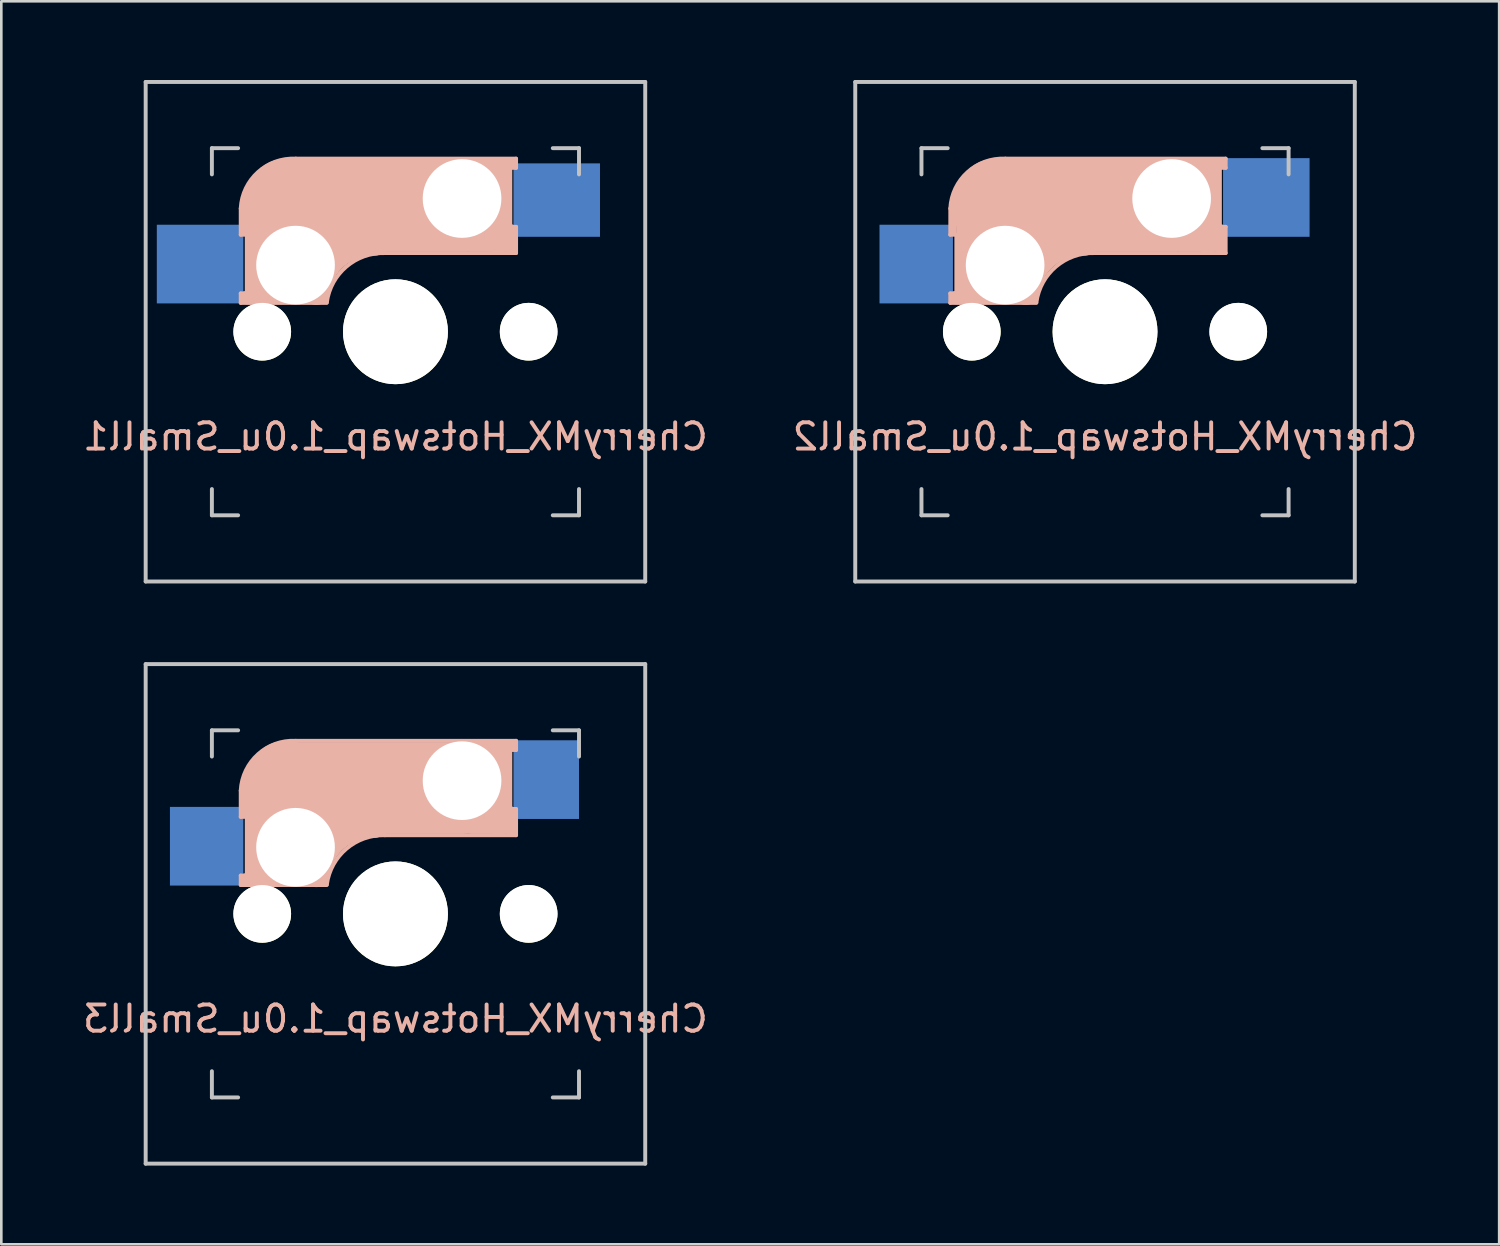
<source format=kicad_pcb>
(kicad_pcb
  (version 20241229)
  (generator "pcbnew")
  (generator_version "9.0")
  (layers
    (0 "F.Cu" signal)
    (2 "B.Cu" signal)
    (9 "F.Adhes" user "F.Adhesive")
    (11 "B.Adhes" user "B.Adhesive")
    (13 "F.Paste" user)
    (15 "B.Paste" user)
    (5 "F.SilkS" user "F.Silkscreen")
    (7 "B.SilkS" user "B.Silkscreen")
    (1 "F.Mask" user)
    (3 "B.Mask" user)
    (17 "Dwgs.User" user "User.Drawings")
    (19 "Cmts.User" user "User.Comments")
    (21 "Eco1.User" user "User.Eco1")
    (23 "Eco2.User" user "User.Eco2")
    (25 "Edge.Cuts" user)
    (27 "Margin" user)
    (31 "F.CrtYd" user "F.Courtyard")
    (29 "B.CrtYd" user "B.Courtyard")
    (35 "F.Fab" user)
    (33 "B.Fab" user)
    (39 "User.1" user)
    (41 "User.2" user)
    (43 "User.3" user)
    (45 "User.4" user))
  (footprint "CherryMX_Hotswap_1.0u_Small2"
    (layer "F.Cu")
    (at 39.089 9.6)
    (property "Reference" "CherryMX_Hotswap_1.0u_Small2" (at 0 4 0) (layer "B.SilkS") (effects (font (size 1 1) (thickness 0.15)) (justify mirror)))
    (attr smd)
    (fp_line (start -5.9 -4.7) (end -5.9 -3.7) (stroke (width 0.15) (type solid)) (layer "B.SilkS"))
    (fp_line (start -5.9 -3.7) (end -5.7 -3.7) (stroke (width 0.15) (type solid)) (layer "B.SilkS"))
    (fp_line (start -5.9 -1.1) (end -5.9 -1.46) (stroke (width 0.15) (type solid)) (layer "B.SilkS"))
    (fp_line (start -5.9 -1.1) (end -2.62 -1.1) (stroke (width 0.15) (type solid)) (layer "B.SilkS"))
    (fp_line (start -5.8 -3.8) (end -5.8 -4.7) (stroke (width 0.3) (type solid)) (layer "B.SilkS"))
    (fp_line (start -5.7 -1.46) (end -5.9 -1.46) (stroke (width 0.15) (type solid)) (layer "B.SilkS"))
    (fp_line (start -5.7 -1.3) (end -3 -1.3) (stroke (width 0.5) (type solid)) (layer "B.SilkS"))
    (fp_line (start -5.67 -3.7) (end -5.67 -1.46) (stroke (width 0.15) (type solid)) (layer "B.SilkS"))
    (fp_line (start -5.3 -1.6) (end -5.3 -3.4) (stroke (width 0.8) (type solid)) (layer "B.SilkS"))
    (fp_line (start -4.17 -5.1) (end -4.17 -2.86) (stroke (width 3) (type solid)) (layer "B.SilkS"))
    (fp_line (start -0.4 -3) (end 4.6 -3) (stroke (width 0.15) (type solid)) (layer "B.SilkS"))
    (fp_line (start 2.6 -4.8) (end -4.1 -4.8) (stroke (width 3.5) (type solid)) (layer "B.SilkS"))
    (fp_line (start 3.9 -6) (end 3.9 -3.5) (stroke (width 1) (type solid)) (layer "B.SilkS"))
    (fp_line (start 4.3 -3.3) (end 2.9 -3.3) (stroke (width 0.5) (type solid)) (layer "B.SilkS"))
    (fp_line (start 4.38 -4) (end 4.38 -6.25) (stroke (width 0.15) (type solid)) (layer "B.SilkS"))
    (fp_line (start 4.4 -6.4) (end 3 -6.4) (stroke (width 0.4) (type solid)) (layer "B.SilkS"))
    (fp_line (start 4.4 -6.25) (end 4.6 -6.25) (stroke (width 0.15) (type solid)) (layer "B.SilkS"))
    (fp_line (start 4.4 -3.9) (end 4.4 -3.2) (stroke (width 0.4) (type solid)) (layer "B.SilkS"))
    (fp_line (start 4.6 -6.6) (end -3.8 -6.6) (stroke (width 0.15) (type solid)) (layer "B.SilkS"))
    (fp_line (start 4.6 -6.25) (end 4.6 -6.6) (stroke (width 0.15) (type solid)) (layer "B.SilkS"))
    (fp_line (start 4.6 -4) (end 4.4 -4) (stroke (width 0.15) (type solid)) (layer "B.SilkS"))
    (fp_line (start 4.6 -3) (end 4.6 -4) (stroke (width 0.15) (type solid)) (layer "B.SilkS"))
    (fp_arc (start -5.9 -4.699999) (mid -5.243504 -6.084924) (end -3.800001 -6.6) (stroke (width 0.15) (type solid)) (layer "B.SilkS"))
    (fp_arc (start -3.016318 -1.521471) (mid -2.268709 -2.886118) (end -0.8 -3.4) (stroke (width 1) (type solid)) (layer "B.SilkS"))
    (fp_arc (start -2.616318 -1.121471) (mid -1.868709 -2.486118) (end -0.4 -3) (stroke (width 0.15) (type solid)) (layer "B.SilkS"))
    (fp_line (start -9.525 -9.525) (end 9.525 -9.525) (stroke (width 0.15) (type solid)) (layer "Dwgs.User"))
    (fp_line (start -9.525 9.525) (end -9.525 -9.525) (stroke (width 0.15) (type solid)) (layer "Dwgs.User"))
    (fp_line (start -7 -7) (end -6 -7) (stroke (width 0.15) (type solid)) (layer "Dwgs.User"))
    (fp_line (start -7 -6) (end -7 -7) (stroke (width 0.15) (type solid)) (layer "Dwgs.User"))
    (fp_line (start -7 6) (end -7 7) (stroke (width 0.15) (type solid)) (layer "Dwgs.User"))
    (fp_line (start -7 7) (end -6 7) (stroke (width 0.15) (type solid)) (layer "Dwgs.User"))
    (fp_line (start 6 7) (end 7 7) (stroke (width 0.15) (type solid)) (layer "Dwgs.User"))
    (fp_line (start 7 -7) (end 6 -7) (stroke (width 0.15) (type solid)) (layer "Dwgs.User"))
    (fp_line (start 7 -7) (end 7 -6) (stroke (width 0.15) (type solid)) (layer "Dwgs.User"))
    (fp_line (start 7 7) (end 7 6) (stroke (width 0.15) (type solid)) (layer "Dwgs.User"))
    (fp_line (start 9.525 -9.525) (end 9.525 9.525) (stroke (width 0.15) (type solid)) (layer "Dwgs.User"))
    (fp_line (start 9.525 9.525) (end -9.525 9.525) (stroke (width 0.15) (type solid)) (layer "Dwgs.User"))
    (pad "" np_thru_hole circle (at -5.08 0) (size 2.2 2.2) (drill 2.2) (layers "*.Cu" "*.Mask" "F.SilkS"))
    (pad "" np_thru_hole circle (at -3.81 -2.54 180) (size 3 3) (drill 3) (layers "*.Cu" "*.Mask"))
    (pad "" np_thru_hole circle (at 0 0 90) (size 4 4) (drill 4) (layers "*.Cu" "*.Mask" "F.SilkS"))
    (pad "" np_thru_hole circle (at 2.54 -5.08 180) (size 3 3) (drill 3) (layers "*.Cu" "*.Mask"))
    (pad "" np_thru_hole circle (at 5.08 0) (size 2.2 2.2) (drill 2.2) (layers "*.Cu" "*.Mask" "F.SilkS"))
    (pad "1" smd rect (at -7 -2.58 180) (size 2.8 3) (drill (offset 0.2 0)) (layers "B.Cu" "B.Mask" "B.Paste"))
    (pad "2" smd rect (at 5.7 -5.12 180) (size 3.3 3) (drill (offset -0.45 0)) (layers "B.Cu" "B.Mask" "B.Paste")))
  (footprint "CherryMX_Hotswap_1.0u_Small3"
    (layer "F.Cu")
    (at 12.03 31.8)
    (property "Reference" "CherryMX_Hotswap_1.0u_Small3" (at 0 4 0) (layer "B.SilkS") (effects (font (size 1 1) (thickness 0.15)) (justify mirror)))
    (attr smd)
    (fp_line (start -5.9 -4.7) (end -5.9 -3.7) (stroke (width 0.15) (type solid)) (layer "B.SilkS"))
    (fp_line (start -5.9 -3.7) (end -5.7 -3.7) (stroke (width 0.15) (type solid)) (layer "B.SilkS"))
    (fp_line (start -5.9 -1.1) (end -5.9 -1.46) (stroke (width 0.15) (type solid)) (layer "B.SilkS"))
    (fp_line (start -5.9 -1.1) (end -2.62 -1.1) (stroke (width 0.15) (type solid)) (layer "B.SilkS"))
    (fp_line (start -5.8 -3.8) (end -5.8 -4.7) (stroke (width 0.3) (type solid)) (layer "B.SilkS"))
    (fp_line (start -5.7 -1.46) (end -5.9 -1.46) (stroke (width 0.15) (type solid)) (layer "B.SilkS"))
    (fp_line (start -5.7 -1.3) (end -3 -1.3) (stroke (width 0.5) (type solid)) (layer "B.SilkS"))
    (fp_line (start -5.67 -3.7) (end -5.67 -1.46) (stroke (width 0.15) (type solid)) (layer "B.SilkS"))
    (fp_line (start -5.3 -1.6) (end -5.3 -3.4) (stroke (width 0.8) (type solid)) (layer "B.SilkS"))
    (fp_line (start -4.17 -5.1) (end -4.17 -2.86) (stroke (width 3) (type solid)) (layer "B.SilkS"))
    (fp_line (start -0.4 -3) (end 4.6 -3) (stroke (width 0.15) (type solid)) (layer "B.SilkS"))
    (fp_line (start 2.6 -4.8) (end -4.1 -4.8) (stroke (width 3.5) (type solid)) (layer "B.SilkS"))
    (fp_line (start 3.9 -6) (end 3.9 -3.5) (stroke (width 1) (type solid)) (layer "B.SilkS"))
    (fp_line (start 4.3 -3.3) (end 2.9 -3.3) (stroke (width 0.5) (type solid)) (layer "B.SilkS"))
    (fp_line (start 4.38 -4) (end 4.38 -6.25) (stroke (width 0.15) (type solid)) (layer "B.SilkS"))
    (fp_line (start 4.4 -6.4) (end 3 -6.4) (stroke (width 0.4) (type solid)) (layer "B.SilkS"))
    (fp_line (start 4.4 -6.25) (end 4.6 -6.25) (stroke (width 0.15) (type solid)) (layer "B.SilkS"))
    (fp_line (start 4.4 -3.9) (end 4.4 -3.2) (stroke (width 0.4) (type solid)) (layer "B.SilkS"))
    (fp_line (start 4.6 -6.6) (end -3.8 -6.6) (stroke (width 0.15) (type solid)) (layer "B.SilkS"))
    (fp_line (start 4.6 -6.25) (end 4.6 -6.6) (stroke (width 0.15) (type solid)) (layer "B.SilkS"))
    (fp_line (start 4.6 -4) (end 4.4 -4) (stroke (width 0.15) (type solid)) (layer "B.SilkS"))
    (fp_line (start 4.6 -3) (end 4.6 -4) (stroke (width 0.15) (type solid)) (layer "B.SilkS"))
    (fp_arc (start -5.9 -4.699999) (mid -5.243504 -6.084924) (end -3.800001 -6.6) (stroke (width 0.15) (type solid)) (layer "B.SilkS"))
    (fp_arc (start -3.016318 -1.521471) (mid -2.268709 -2.886118) (end -0.8 -3.4) (stroke (width 1) (type solid)) (layer "B.SilkS"))
    (fp_arc (start -2.616318 -1.121471) (mid -1.868709 -2.486118) (end -0.4 -3) (stroke (width 0.15) (type solid)) (layer "B.SilkS"))
    (fp_line (start -9.525 -9.525) (end 9.525 -9.525) (stroke (width 0.15) (type solid)) (layer "Dwgs.User"))
    (fp_line (start -9.525 9.525) (end -9.525 -9.525) (stroke (width 0.15) (type solid)) (layer "Dwgs.User"))
    (fp_line (start -7 -7) (end -6 -7) (stroke (width 0.15) (type solid)) (layer "Dwgs.User"))
    (fp_line (start -7 -6) (end -7 -7) (stroke (width 0.15) (type solid)) (layer "Dwgs.User"))
    (fp_line (start -7 6) (end -7 7) (stroke (width 0.15) (type solid)) (layer "Dwgs.User"))
    (fp_line (start -7 7) (end -6 7) (stroke (width 0.15) (type solid)) (layer "Dwgs.User"))
    (fp_line (start 6 7) (end 7 7) (stroke (width 0.15) (type solid)) (layer "Dwgs.User"))
    (fp_line (start 7 -7) (end 6 -7) (stroke (width 0.15) (type solid)) (layer "Dwgs.User"))
    (fp_line (start 7 -7) (end 7 -6) (stroke (width 0.15) (type solid)) (layer "Dwgs.User"))
    (fp_line (start 7 7) (end 7 6) (stroke (width 0.15) (type solid)) (layer "Dwgs.User"))
    (fp_line (start 9.525 -9.525) (end 9.525 9.525) (stroke (width 0.15) (type solid)) (layer "Dwgs.User"))
    (fp_line (start 9.525 9.525) (end -9.525 9.525) (stroke (width 0.15) (type solid)) (layer "Dwgs.User"))
    (pad "" np_thru_hole circle (at -5.08 0) (size 2.2 2.2) (drill 2.2) (layers "*.Cu" "*.Mask" "F.SilkS"))
    (pad "" np_thru_hole circle (at -3.81 -2.54 180) (size 3 3) (drill 3) (layers "*.Cu" "*.Mask"))
    (pad "" np_thru_hole circle (at 0 0 90) (size 4 4) (drill 4) (layers "*.Cu" "*.Mask" "F.SilkS"))
    (pad "" np_thru_hole circle (at 2.54 -5.08 180) (size 3 3) (drill 3) (layers "*.Cu" "*.Mask"))
    (pad "" np_thru_hole circle (at 5.08 0) (size 2.2 2.2) (drill 2.2) (layers "*.Cu" "*.Mask" "F.SilkS"))
    (pad "1" smd rect (at -7 -2.58 180) (size 2.8 3) (drill (offset 0.2 0)) (layers "B.Cu" "B.Mask" "B.Paste"))
    (pad "2" smd rect (at 5.7 -5.12 180) (size 2.5 3) (drill (offset -0.05 0)) (layers "B.Cu" "B.Mask" "B.Paste")))
  (footprint "CherryMX_Hotswap_1.0u_Small1"
    (layer "F.Cu")
    (at 12.03 9.6)
    (property "Reference" "CherryMX_Hotswap_1.0u_Small1" (at 0 4 0) (layer "B.SilkS") (effects (font (size 1 1) (thickness 0.15)) (justify mirror)))
    (attr smd)
    (fp_line (start -5.9 -4.7) (end -5.9 -3.7) (stroke (width 0.15) (type solid)) (layer "B.SilkS"))
    (fp_line (start -5.9 -3.7) (end -5.7 -3.7) (stroke (width 0.15) (type solid)) (layer "B.SilkS"))
    (fp_line (start -5.9 -1.1) (end -5.9 -1.46) (stroke (width 0.15) (type solid)) (layer "B.SilkS"))
    (fp_line (start -5.9 -1.1) (end -2.62 -1.1) (stroke (width 0.15) (type solid)) (layer "B.SilkS"))
    (fp_line (start -5.8 -3.8) (end -5.8 -4.7) (stroke (width 0.3) (type solid)) (layer "B.SilkS"))
    (fp_line (start -5.7 -1.46) (end -5.9 -1.46) (stroke (width 0.15) (type solid)) (layer "B.SilkS"))
    (fp_line (start -5.7 -1.3) (end -3 -1.3) (stroke (width 0.5) (type solid)) (layer "B.SilkS"))
    (fp_line (start -5.67 -3.7) (end -5.67 -1.46) (stroke (width 0.15) (type solid)) (layer "B.SilkS"))
    (fp_line (start -5.3 -1.6) (end -5.3 -3.4) (stroke (width 0.8) (type solid)) (layer "B.SilkS"))
    (fp_line (start -4.17 -5.1) (end -4.17 -2.86) (stroke (width 3) (type solid)) (layer "B.SilkS"))
    (fp_line (start -0.4 -3) (end 4.6 -3) (stroke (width 0.15) (type solid)) (layer "B.SilkS"))
    (fp_line (start 2.6 -4.8) (end -4.1 -4.8) (stroke (width 3.5) (type solid)) (layer "B.SilkS"))
    (fp_line (start 3.9 -6) (end 3.9 -3.5) (stroke (width 1) (type solid)) (layer "B.SilkS"))
    (fp_line (start 4.3 -3.3) (end 2.9 -3.3) (stroke (width 0.5) (type solid)) (layer "B.SilkS"))
    (fp_line (start 4.38 -4) (end 4.38 -6.25) (stroke (width 0.15) (type solid)) (layer "B.SilkS"))
    (fp_line (start 4.4 -6.4) (end 3 -6.4) (stroke (width 0.4) (type solid)) (layer "B.SilkS"))
    (fp_line (start 4.4 -6.25) (end 4.6 -6.25) (stroke (width 0.15) (type solid)) (layer "B.SilkS"))
    (fp_line (start 4.4 -3.9) (end 4.4 -3.2) (stroke (width 0.4) (type solid)) (layer "B.SilkS"))
    (fp_line (start 4.6 -6.6) (end -3.8 -6.6) (stroke (width 0.15) (type solid)) (layer "B.SilkS"))
    (fp_line (start 4.6 -6.25) (end 4.6 -6.6) (stroke (width 0.15) (type solid)) (layer "B.SilkS"))
    (fp_line (start 4.6 -4) (end 4.4 -4) (stroke (width 0.15) (type solid)) (layer "B.SilkS"))
    (fp_line (start 4.6 -3) (end 4.6 -4) (stroke (width 0.15) (type solid)) (layer "B.SilkS"))
    (fp_arc (start -5.9 -4.699999) (mid -5.243504 -6.084924) (end -3.800001 -6.6) (stroke (width 0.15) (type solid)) (layer "B.SilkS"))
    (fp_arc (start -3.016318 -1.521471) (mid -2.268709 -2.886118) (end -0.8 -3.4) (stroke (width 1) (type solid)) (layer "B.SilkS"))
    (fp_arc (start -2.616318 -1.121471) (mid -1.868709 -2.486118) (end -0.4 -3) (stroke (width 0.15) (type solid)) (layer "B.SilkS"))
    (fp_line (start -9.525 -9.525) (end 9.525 -9.525) (stroke (width 0.15) (type solid)) (layer "Dwgs.User"))
    (fp_line (start -9.525 9.525) (end -9.525 -9.525) (stroke (width 0.15) (type solid)) (layer "Dwgs.User"))
    (fp_line (start -7 -7) (end -6 -7) (stroke (width 0.15) (type solid)) (layer "Dwgs.User"))
    (fp_line (start -7 -6) (end -7 -7) (stroke (width 0.15) (type solid)) (layer "Dwgs.User"))
    (fp_line (start -7 6) (end -7 7) (stroke (width 0.15) (type solid)) (layer "Dwgs.User"))
    (fp_line (start -7 7) (end -6 7) (stroke (width 0.15) (type solid)) (layer "Dwgs.User"))
    (fp_line (start 6 7) (end 7 7) (stroke (width 0.15) (type solid)) (layer "Dwgs.User"))
    (fp_line (start 7 -7) (end 6 -7) (stroke (width 0.15) (type solid)) (layer "Dwgs.User"))
    (fp_line (start 7 -7) (end 7 -6) (stroke (width 0.15) (type solid)) (layer "Dwgs.User"))
    (fp_line (start 7 7) (end 7 6) (stroke (width 0.15) (type solid)) (layer "Dwgs.User"))
    (fp_line (start 9.525 -9.525) (end 9.525 9.525) (stroke (width 0.15) (type solid)) (layer "Dwgs.User"))
    (fp_line (start 9.525 9.525) (end -9.525 9.525) (stroke (width 0.15) (type solid)) (layer "Dwgs.User"))
    (pad "" np_thru_hole circle (at -5.08 0) (size 2.2 2.2) (drill 2.2) (layers "*.Cu" "*.Mask" "F.SilkS"))
    (pad "" np_thru_hole circle (at -3.81 -2.54 180) (size 3 3) (drill 3) (layers "*.Cu" "*.Mask"))
    (pad "" np_thru_hole circle (at 0 0 90) (size 4 4) (drill 4) (layers "*.Cu" "*.Mask" "F.SilkS"))
    (pad "" np_thru_hole circle (at 2.54 -5.08 180) (size 3 3) (drill 3) (layers "*.Cu" "*.Mask"))
    (pad "" np_thru_hole circle (at 5.08 0) (size 2.2 2.2) (drill 2.2) (layers "*.Cu" "*.Mask" "F.SilkS"))
    (pad "1" smd rect (at -7 -2.58 180) (size 3.3 3) (drill (offset 0.45 0)) (layers "B.Cu" "B.Mask" "B.Paste"))
    (pad "2" smd rect (at 5.7 -5.12 180) (size 3.3 2.8) (drill (offset -0.45 -0.1)) (layers "B.Cu" "B.Mask" "B.Paste")))
  (gr_rect
    (start -3 -3)
    (end 54.119 44.4)
    (stroke (width 0.1) (type default))
    (fill no)
    (layer "Edge.Cuts")))
</source>
